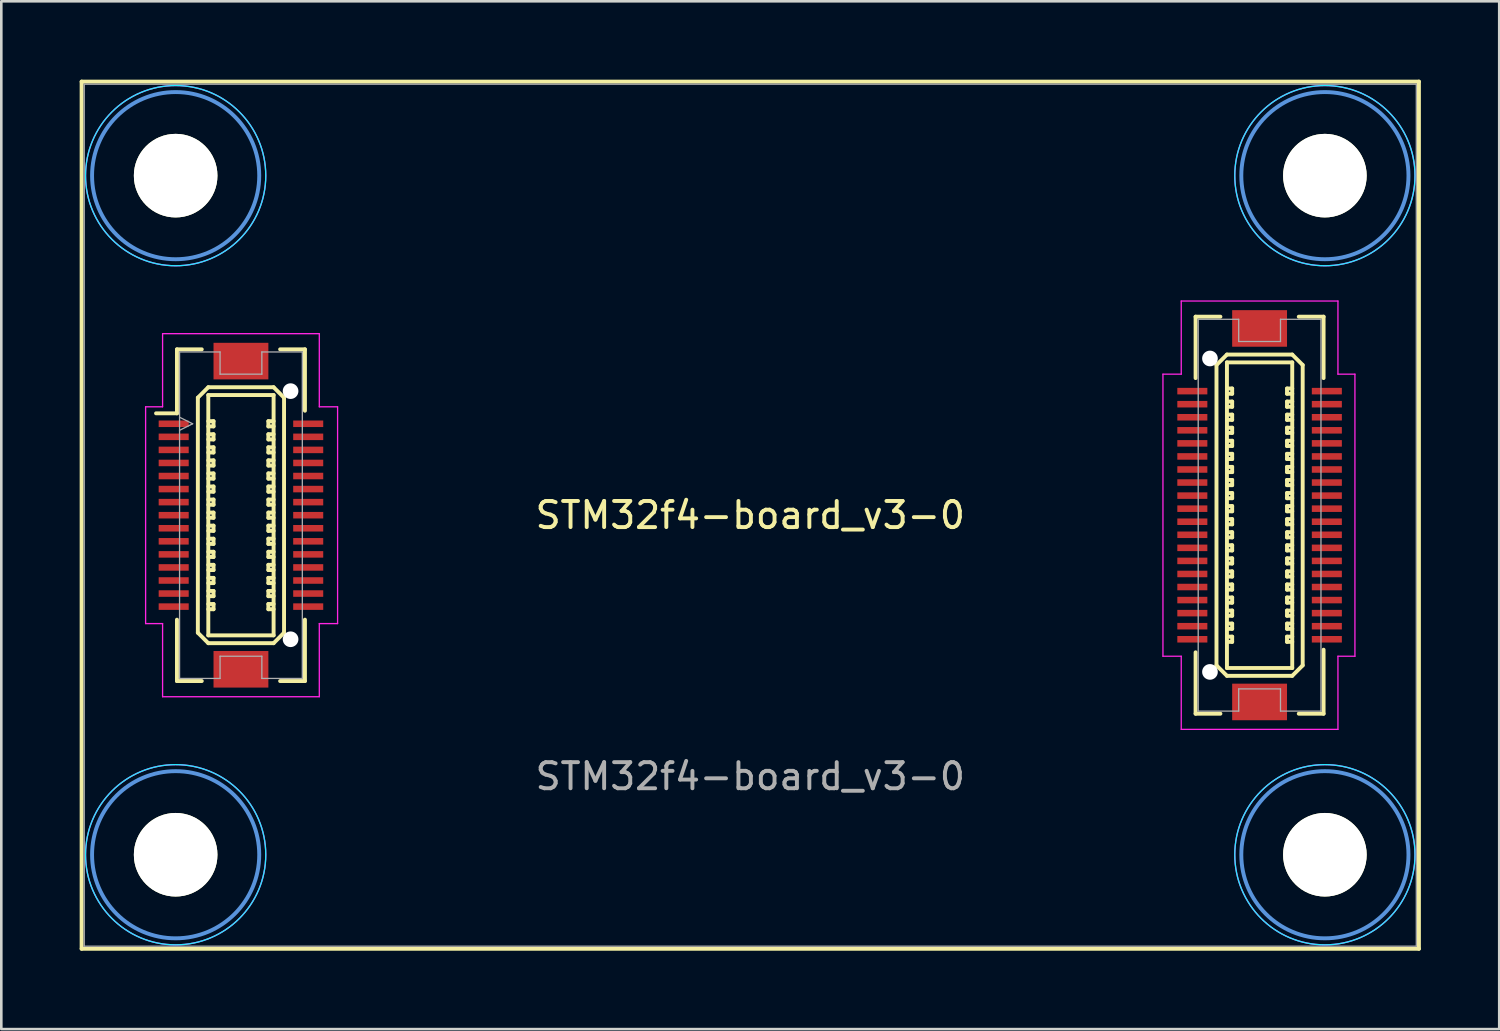
<source format=kicad_pcb>
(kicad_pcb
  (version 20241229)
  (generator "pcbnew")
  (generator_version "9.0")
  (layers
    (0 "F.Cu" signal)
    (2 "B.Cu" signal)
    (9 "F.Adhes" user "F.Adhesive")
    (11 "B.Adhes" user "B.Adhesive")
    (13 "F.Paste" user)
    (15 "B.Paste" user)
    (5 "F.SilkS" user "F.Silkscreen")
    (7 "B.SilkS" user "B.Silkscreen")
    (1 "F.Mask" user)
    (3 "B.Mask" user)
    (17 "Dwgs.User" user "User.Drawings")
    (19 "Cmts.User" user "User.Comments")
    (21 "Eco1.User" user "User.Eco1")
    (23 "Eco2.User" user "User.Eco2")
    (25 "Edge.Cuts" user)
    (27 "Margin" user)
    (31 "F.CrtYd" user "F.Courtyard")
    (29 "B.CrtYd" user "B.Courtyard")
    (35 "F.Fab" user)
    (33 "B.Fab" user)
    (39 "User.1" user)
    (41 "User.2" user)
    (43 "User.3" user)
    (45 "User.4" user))
  (footprint "STM32f4-board_v3-0"
    (layer "F.Cu")
    (at 25.675 16.675)
    (property "Reference" "STM32f4-board_v3-0" (at 0 10 0) (layer "F.Fab") (effects (font (size 1 1) (thickness 0.15))))
    (attr through_hole)
    (fp_line (start -25.6 -16.6) (end 25.6 -16.6) (stroke (width 0.15) (type solid)) (layer "F.SilkS"))
    (fp_line (start -25.6 16.6) (end -25.6 -16.6) (stroke (width 0.15) (type solid)) (layer "F.SilkS"))
    (fp_line (start -21.95 -6.35) (end -21.95 -3.9) (stroke (width 0.15) (type solid)) (layer "F.SilkS"))
    (fp_line (start -21.95 -6.35) (end -21 -6.35) (stroke (width 0.15) (type solid)) (layer "F.SilkS"))
    (fp_line (start -21.95 -3.9) (end -22.75 -3.9) (stroke (width 0.15) (type solid)) (layer "F.SilkS"))
    (fp_line (start -21.95 4) (end -21.95 6.35) (stroke (width 0.15) (type solid)) (layer "F.SilkS"))
    (fp_line (start -21.95 6.35) (end -21 6.35) (stroke (width 0.15) (type solid)) (layer "F.SilkS"))
    (fp_line (start -21.15 -4.5) (end -20.75 -4.9) (stroke (width 0.15) (type solid)) (layer "F.SilkS"))
    (fp_line (start -21.15 4.5) (end -21.15 -4.5) (stroke (width 0.15) (type solid)) (layer "F.SilkS"))
    (fp_line (start -20.75 -4.9) (end -18.25 -4.9) (stroke (width 0.15) (type solid)) (layer "F.SilkS"))
    (fp_line (start -20.75 -4.6) (end -18.25 -4.6) (stroke (width 0.15) (type solid)) (layer "F.SilkS"))
    (fp_line (start -20.75 -3.6) (end -20.55 -3.6) (stroke (width 0.15) (type solid)) (layer "F.SilkS"))
    (fp_line (start -20.75 -3.1) (end -20.55 -3.1) (stroke (width 0.15) (type solid)) (layer "F.SilkS"))
    (fp_line (start -20.75 -2.6) (end -20.55 -2.6) (stroke (width 0.15) (type solid)) (layer "F.SilkS"))
    (fp_line (start -20.75 -2.1) (end -20.55 -2.1) (stroke (width 0.15) (type solid)) (layer "F.SilkS"))
    (fp_line (start -20.75 -1.6) (end -20.55 -1.6) (stroke (width 0.15) (type solid)) (layer "F.SilkS"))
    (fp_line (start -20.75 -1.1) (end -20.55 -1.1) (stroke (width 0.15) (type solid)) (layer "F.SilkS"))
    (fp_line (start -20.75 -0.6) (end -20.55 -0.6) (stroke (width 0.15) (type solid)) (layer "F.SilkS"))
    (fp_line (start -20.75 -0.1) (end -20.55 -0.1) (stroke (width 0.15) (type solid)) (layer "F.SilkS"))
    (fp_line (start -20.75 0.4) (end -20.55 0.4) (stroke (width 0.15) (type solid)) (layer "F.SilkS"))
    (fp_line (start -20.75 0.9) (end -20.55 0.9) (stroke (width 0.15) (type solid)) (layer "F.SilkS"))
    (fp_line (start -20.75 1.4) (end -20.55 1.4) (stroke (width 0.15) (type solid)) (layer "F.SilkS"))
    (fp_line (start -20.75 1.9) (end -20.55 1.9) (stroke (width 0.15) (type solid)) (layer "F.SilkS"))
    (fp_line (start -20.75 2.4) (end -20.55 2.4) (stroke (width 0.15) (type solid)) (layer "F.SilkS"))
    (fp_line (start -20.75 2.9) (end -20.55 2.9) (stroke (width 0.15) (type solid)) (layer "F.SilkS"))
    (fp_line (start -20.75 3.4) (end -20.55 3.4) (stroke (width 0.15) (type solid)) (layer "F.SilkS"))
    (fp_line (start -20.75 4.6) (end -20.75 -4.6) (stroke (width 0.15) (type solid)) (layer "F.SilkS"))
    (fp_line (start -20.75 4.9) (end -21.15 4.5) (stroke (width 0.15) (type solid)) (layer "F.SilkS"))
    (fp_line (start -20.55 -3.6) (end -20.55 -3.4) (stroke (width 0.15) (type solid)) (layer "F.SilkS"))
    (fp_line (start -20.55 -3.4) (end -20.75 -3.4) (stroke (width 0.15) (type solid)) (layer "F.SilkS"))
    (fp_line (start -20.55 -3.1) (end -20.55 -2.9) (stroke (width 0.15) (type solid)) (layer "F.SilkS"))
    (fp_line (start -20.55 -2.9) (end -20.75 -2.9) (stroke (width 0.15) (type solid)) (layer "F.SilkS"))
    (fp_line (start -20.55 -2.6) (end -20.55 -2.4) (stroke (width 0.15) (type solid)) (layer "F.SilkS"))
    (fp_line (start -20.55 -2.4) (end -20.75 -2.4) (stroke (width 0.15) (type solid)) (layer "F.SilkS"))
    (fp_line (start -20.55 -2.1) (end -20.55 -1.9) (stroke (width 0.15) (type solid)) (layer "F.SilkS"))
    (fp_line (start -20.55 -1.9) (end -20.75 -1.9) (stroke (width 0.15) (type solid)) (layer "F.SilkS"))
    (fp_line (start -20.55 -1.6) (end -20.55 -1.4) (stroke (width 0.15) (type solid)) (layer "F.SilkS"))
    (fp_line (start -20.55 -1.4) (end -20.75 -1.4) (stroke (width 0.15) (type solid)) (layer "F.SilkS"))
    (fp_line (start -20.55 -1.1) (end -20.55 -0.9) (stroke (width 0.15) (type solid)) (layer "F.SilkS"))
    (fp_line (start -20.55 -0.9) (end -20.75 -0.9) (stroke (width 0.15) (type solid)) (layer "F.SilkS"))
    (fp_line (start -20.55 -0.6) (end -20.55 -0.4) (stroke (width 0.15) (type solid)) (layer "F.SilkS"))
    (fp_line (start -20.55 -0.4) (end -20.75 -0.4) (stroke (width 0.15) (type solid)) (layer "F.SilkS"))
    (fp_line (start -20.55 -0.1) (end -20.55 0.1) (stroke (width 0.15) (type solid)) (layer "F.SilkS"))
    (fp_line (start -20.55 0.1) (end -20.75 0.1) (stroke (width 0.15) (type solid)) (layer "F.SilkS"))
    (fp_line (start -20.55 0.4) (end -20.55 0.6) (stroke (width 0.15) (type solid)) (layer "F.SilkS"))
    (fp_line (start -20.55 0.6) (end -20.75 0.6) (stroke (width 0.15) (type solid)) (layer "F.SilkS"))
    (fp_line (start -20.55 0.9) (end -20.55 1.1) (stroke (width 0.15) (type solid)) (layer "F.SilkS"))
    (fp_line (start -20.55 1.1) (end -20.75 1.1) (stroke (width 0.15) (type solid)) (layer "F.SilkS"))
    (fp_line (start -20.55 1.4) (end -20.55 1.6) (stroke (width 0.15) (type solid)) (layer "F.SilkS"))
    (fp_line (start -20.55 1.6) (end -20.75 1.6) (stroke (width 0.15) (type solid)) (layer "F.SilkS"))
    (fp_line (start -20.55 1.9) (end -20.55 2.1) (stroke (width 0.15) (type solid)) (layer "F.SilkS"))
    (fp_line (start -20.55 2.1) (end -20.75 2.1) (stroke (width 0.15) (type solid)) (layer "F.SilkS"))
    (fp_line (start -20.55 2.4) (end -20.55 2.6) (stroke (width 0.15) (type solid)) (layer "F.SilkS"))
    (fp_line (start -20.55 2.6) (end -20.75 2.6) (stroke (width 0.15) (type solid)) (layer "F.SilkS"))
    (fp_line (start -20.55 2.9) (end -20.55 3.1) (stroke (width 0.15) (type solid)) (layer "F.SilkS"))
    (fp_line (start -20.55 3.1) (end -20.75 3.1) (stroke (width 0.15) (type solid)) (layer "F.SilkS"))
    (fp_line (start -20.55 3.4) (end -20.55 3.6) (stroke (width 0.15) (type solid)) (layer "F.SilkS"))
    (fp_line (start -20.55 3.6) (end -20.75 3.6) (stroke (width 0.15) (type solid)) (layer "F.SilkS"))
    (fp_line (start -18.45 -3.6) (end -18.25 -3.6) (stroke (width 0.15) (type solid)) (layer "F.SilkS"))
    (fp_line (start -18.45 -3.4) (end -18.45 -3.6) (stroke (width 0.15) (type solid)) (layer "F.SilkS"))
    (fp_line (start -18.45 -3.1) (end -18.25 -3.1) (stroke (width 0.15) (type solid)) (layer "F.SilkS"))
    (fp_line (start -18.45 -2.9) (end -18.45 -3.1) (stroke (width 0.15) (type solid)) (layer "F.SilkS"))
    (fp_line (start -18.45 -2.6) (end -18.25 -2.6) (stroke (width 0.15) (type solid)) (layer "F.SilkS"))
    (fp_line (start -18.45 -2.4) (end -18.45 -2.6) (stroke (width 0.15) (type solid)) (layer "F.SilkS"))
    (fp_line (start -18.45 -2.1) (end -18.25 -2.1) (stroke (width 0.15) (type solid)) (layer "F.SilkS"))
    (fp_line (start -18.45 -1.9) (end -18.45 -2.1) (stroke (width 0.15) (type solid)) (layer "F.SilkS"))
    (fp_line (start -18.45 -1.6) (end -18.25 -1.6) (stroke (width 0.15) (type solid)) (layer "F.SilkS"))
    (fp_line (start -18.45 -1.4) (end -18.45 -1.6) (stroke (width 0.15) (type solid)) (layer "F.SilkS"))
    (fp_line (start -18.45 -1.1) (end -18.25 -1.1) (stroke (width 0.15) (type solid)) (layer "F.SilkS"))
    (fp_line (start -18.45 -0.9) (end -18.45 -1.1) (stroke (width 0.15) (type solid)) (layer "F.SilkS"))
    (fp_line (start -18.45 -0.6) (end -18.25 -0.6) (stroke (width 0.15) (type solid)) (layer "F.SilkS"))
    (fp_line (start -18.45 -0.4) (end -18.45 -0.6) (stroke (width 0.15) (type solid)) (layer "F.SilkS"))
    (fp_line (start -18.45 -0.1) (end -18.25 -0.1) (stroke (width 0.15) (type solid)) (layer "F.SilkS"))
    (fp_line (start -18.45 0.1) (end -18.45 -0.1) (stroke (width 0.15) (type solid)) (layer "F.SilkS"))
    (fp_line (start -18.45 0.4) (end -18.25 0.4) (stroke (width 0.15) (type solid)) (layer "F.SilkS"))
    (fp_line (start -18.45 0.6) (end -18.45 0.4) (stroke (width 0.15) (type solid)) (layer "F.SilkS"))
    (fp_line (start -18.45 0.9) (end -18.25 0.9) (stroke (width 0.15) (type solid)) (layer "F.SilkS"))
    (fp_line (start -18.45 1.1) (end -18.45 0.9) (stroke (width 0.15) (type solid)) (layer "F.SilkS"))
    (fp_line (start -18.45 1.4) (end -18.25 1.4) (stroke (width 0.15) (type solid)) (layer "F.SilkS"))
    (fp_line (start -18.45 1.6) (end -18.45 1.4) (stroke (width 0.15) (type solid)) (layer "F.SilkS"))
    (fp_line (start -18.45 1.9) (end -18.25 1.9) (stroke (width 0.15) (type solid)) (layer "F.SilkS"))
    (fp_line (start -18.45 2.1) (end -18.45 1.9) (stroke (width 0.15) (type solid)) (layer "F.SilkS"))
    (fp_line (start -18.45 2.4) (end -18.25 2.4) (stroke (width 0.15) (type solid)) (layer "F.SilkS"))
    (fp_line (start -18.45 2.6) (end -18.45 2.4) (stroke (width 0.15) (type solid)) (layer "F.SilkS"))
    (fp_line (start -18.45 2.9) (end -18.25 2.9) (stroke (width 0.15) (type solid)) (layer "F.SilkS"))
    (fp_line (start -18.45 3.1) (end -18.45 2.9) (stroke (width 0.15) (type solid)) (layer "F.SilkS"))
    (fp_line (start -18.45 3.4) (end -18.25 3.4) (stroke (width 0.15) (type solid)) (layer "F.SilkS"))
    (fp_line (start -18.45 3.6) (end -18.45 3.4) (stroke (width 0.15) (type solid)) (layer "F.SilkS"))
    (fp_line (start -18.25 -4.9) (end -17.85 -4.5) (stroke (width 0.15) (type solid)) (layer "F.SilkS"))
    (fp_line (start -18.25 -4.6) (end -18.25 4.6) (stroke (width 0.15) (type solid)) (layer "F.SilkS"))
    (fp_line (start -18.25 -3.4) (end -18.45 -3.4) (stroke (width 0.15) (type solid)) (layer "F.SilkS"))
    (fp_line (start -18.25 -2.9) (end -18.45 -2.9) (stroke (width 0.15) (type solid)) (layer "F.SilkS"))
    (fp_line (start -18.25 -2.4) (end -18.45 -2.4) (stroke (width 0.15) (type solid)) (layer "F.SilkS"))
    (fp_line (start -18.25 -1.9) (end -18.45 -1.9) (stroke (width 0.15) (type solid)) (layer "F.SilkS"))
    (fp_line (start -18.25 -1.4) (end -18.45 -1.4) (stroke (width 0.15) (type solid)) (layer "F.SilkS"))
    (fp_line (start -18.25 -0.9) (end -18.45 -0.9) (stroke (width 0.15) (type solid)) (layer "F.SilkS"))
    (fp_line (start -18.25 -0.4) (end -18.45 -0.4) (stroke (width 0.15) (type solid)) (layer "F.SilkS"))
    (fp_line (start -18.25 0.1) (end -18.45 0.1) (stroke (width 0.15) (type solid)) (layer "F.SilkS"))
    (fp_line (start -18.25 0.6) (end -18.45 0.6) (stroke (width 0.15) (type solid)) (layer "F.SilkS"))
    (fp_line (start -18.25 1.1) (end -18.45 1.1) (stroke (width 0.15) (type solid)) (layer "F.SilkS"))
    (fp_line (start -18.25 1.6) (end -18.45 1.6) (stroke (width 0.15) (type solid)) (layer "F.SilkS"))
    (fp_line (start -18.25 2.1) (end -18.45 2.1) (stroke (width 0.15) (type solid)) (layer "F.SilkS"))
    (fp_line (start -18.25 2.6) (end -18.45 2.6) (stroke (width 0.15) (type solid)) (layer "F.SilkS"))
    (fp_line (start -18.25 3.1) (end -18.45 3.1) (stroke (width 0.15) (type solid)) (layer "F.SilkS"))
    (fp_line (start -18.25 3.6) (end -18.45 3.6) (stroke (width 0.15) (type solid)) (layer "F.SilkS"))
    (fp_line (start -18.25 4.6) (end -20.75 4.6) (stroke (width 0.15) (type solid)) (layer "F.SilkS"))
    (fp_line (start -18.25 4.9) (end -20.75 4.9) (stroke (width 0.15) (type solid)) (layer "F.SilkS"))
    (fp_line (start -18.25 4.9) (end -17.85 4.5) (stroke (width 0.15) (type solid)) (layer "F.SilkS"))
    (fp_line (start -18 -6.35) (end -17.05 -6.35) (stroke (width 0.15) (type solid)) (layer "F.SilkS"))
    (fp_line (start -17.85 -4.5) (end -17.85 4.5) (stroke (width 0.15) (type solid)) (layer "F.SilkS"))
    (fp_line (start -17.05 -6.35) (end -17.05 -4) (stroke (width 0.15) (type solid)) (layer "F.SilkS"))
    (fp_line (start -17.05 4) (end -17.05 6.35) (stroke (width 0.15) (type solid)) (layer "F.SilkS"))
    (fp_line (start -17.05 6.35) (end -18 6.35) (stroke (width 0.15) (type solid)) (layer "F.SilkS"))
    (fp_line (start 17.05 -7.6) (end 18 -7.6) (stroke (width 0.15) (type solid)) (layer "F.SilkS"))
    (fp_line (start 17.05 -5.25) (end 17.05 -7.6) (stroke (width 0.15) (type solid)) (layer "F.SilkS"))
    (fp_line (start 17.05 7.6) (end 17.05 5.25) (stroke (width 0.15) (type solid)) (layer "F.SilkS"))
    (fp_line (start 17.85 5.75) (end 17.85 -5.75) (stroke (width 0.15) (type solid)) (layer "F.SilkS"))
    (fp_line (start 18 7.6) (end 17.05 7.6) (stroke (width 0.15) (type solid)) (layer "F.SilkS"))
    (fp_line (start 18.25 -6.15) (end 17.85 -5.75) (stroke (width 0.15) (type solid)) (layer "F.SilkS"))
    (fp_line (start 18.25 -6.15) (end 20.75 -6.15) (stroke (width 0.15) (type solid)) (layer "F.SilkS"))
    (fp_line (start 18.25 -5.85) (end 20.75 -5.85) (stroke (width 0.15) (type solid)) (layer "F.SilkS"))
    (fp_line (start 18.25 -4.85) (end 18.45 -4.85) (stroke (width 0.15) (type solid)) (layer "F.SilkS"))
    (fp_line (start 18.25 -4.35) (end 18.45 -4.35) (stroke (width 0.15) (type solid)) (layer "F.SilkS"))
    (fp_line (start 18.25 -3.85) (end 18.45 -3.85) (stroke (width 0.15) (type solid)) (layer "F.SilkS"))
    (fp_line (start 18.25 -3.35) (end 18.45 -3.35) (stroke (width 0.15) (type solid)) (layer "F.SilkS"))
    (fp_line (start 18.25 -2.85) (end 18.45 -2.85) (stroke (width 0.15) (type solid)) (layer "F.SilkS"))
    (fp_line (start 18.25 -2.35) (end 18.45 -2.35) (stroke (width 0.15) (type solid)) (layer "F.SilkS"))
    (fp_line (start 18.25 -1.85) (end 18.45 -1.85) (stroke (width 0.15) (type solid)) (layer "F.SilkS"))
    (fp_line (start 18.25 -1.35) (end 18.45 -1.35) (stroke (width 0.15) (type solid)) (layer "F.SilkS"))
    (fp_line (start 18.25 -0.85) (end 18.45 -0.85) (stroke (width 0.15) (type solid)) (layer "F.SilkS"))
    (fp_line (start 18.25 -0.35) (end 18.45 -0.35) (stroke (width 0.15) (type solid)) (layer "F.SilkS"))
    (fp_line (start 18.25 0.15) (end 18.45 0.15) (stroke (width 0.15) (type solid)) (layer "F.SilkS"))
    (fp_line (start 18.25 0.65) (end 18.45 0.65) (stroke (width 0.15) (type solid)) (layer "F.SilkS"))
    (fp_line (start 18.25 1.15) (end 18.45 1.15) (stroke (width 0.15) (type solid)) (layer "F.SilkS"))
    (fp_line (start 18.25 1.65) (end 18.45 1.65) (stroke (width 0.15) (type solid)) (layer "F.SilkS"))
    (fp_line (start 18.25 2.15) (end 18.45 2.15) (stroke (width 0.15) (type solid)) (layer "F.SilkS"))
    (fp_line (start 18.25 2.65) (end 18.45 2.65) (stroke (width 0.15) (type solid)) (layer "F.SilkS"))
    (fp_line (start 18.25 3.15) (end 18.45 3.15) (stroke (width 0.15) (type solid)) (layer "F.SilkS"))
    (fp_line (start 18.25 3.65) (end 18.45 3.65) (stroke (width 0.15) (type solid)) (layer "F.SilkS"))
    (fp_line (start 18.25 4.15) (end 18.45 4.15) (stroke (width 0.15) (type solid)) (layer "F.SilkS"))
    (fp_line (start 18.25 4.65) (end 18.45 4.65) (stroke (width 0.15) (type solid)) (layer "F.SilkS"))
    (fp_line (start 18.25 5.85) (end 18.25 -5.85) (stroke (width 0.15) (type solid)) (layer "F.SilkS"))
    (fp_line (start 18.25 6.15) (end 17.85 5.75) (stroke (width 0.15) (type solid)) (layer "F.SilkS"))
    (fp_line (start 18.45 -4.85) (end 18.45 -4.65) (stroke (width 0.15) (type solid)) (layer "F.SilkS"))
    (fp_line (start 18.45 -4.65) (end 18.25 -4.65) (stroke (width 0.15) (type solid)) (layer "F.SilkS"))
    (fp_line (start 18.45 -4.35) (end 18.45 -4.15) (stroke (width 0.15) (type solid)) (layer "F.SilkS"))
    (fp_line (start 18.45 -4.15) (end 18.25 -4.15) (stroke (width 0.15) (type solid)) (layer "F.SilkS"))
    (fp_line (start 18.45 -3.85) (end 18.45 -3.65) (stroke (width 0.15) (type solid)) (layer "F.SilkS"))
    (fp_line (start 18.45 -3.65) (end 18.25 -3.65) (stroke (width 0.15) (type solid)) (layer "F.SilkS"))
    (fp_line (start 18.45 -3.35) (end 18.45 -3.15) (stroke (width 0.15) (type solid)) (layer "F.SilkS"))
    (fp_line (start 18.45 -3.15) (end 18.25 -3.15) (stroke (width 0.15) (type solid)) (layer "F.SilkS"))
    (fp_line (start 18.45 -2.85) (end 18.45 -2.65) (stroke (width 0.15) (type solid)) (layer "F.SilkS"))
    (fp_line (start 18.45 -2.65) (end 18.25 -2.65) (stroke (width 0.15) (type solid)) (layer "F.SilkS"))
    (fp_line (start 18.45 -2.35) (end 18.45 -2.15) (stroke (width 0.15) (type solid)) (layer "F.SilkS"))
    (fp_line (start 18.45 -2.15) (end 18.25 -2.15) (stroke (width 0.15) (type solid)) (layer "F.SilkS"))
    (fp_line (start 18.45 -1.85) (end 18.45 -1.65) (stroke (width 0.15) (type solid)) (layer "F.SilkS"))
    (fp_line (start 18.45 -1.65) (end 18.25 -1.65) (stroke (width 0.15) (type solid)) (layer "F.SilkS"))
    (fp_line (start 18.45 -1.35) (end 18.45 -1.15) (stroke (width 0.15) (type solid)) (layer "F.SilkS"))
    (fp_line (start 18.45 -1.15) (end 18.25 -1.15) (stroke (width 0.15) (type solid)) (layer "F.SilkS"))
    (fp_line (start 18.45 -0.85) (end 18.45 -0.65) (stroke (width 0.15) (type solid)) (layer "F.SilkS"))
    (fp_line (start 18.45 -0.65) (end 18.25 -0.65) (stroke (width 0.15) (type solid)) (layer "F.SilkS"))
    (fp_line (start 18.45 -0.35) (end 18.45 -0.15) (stroke (width 0.15) (type solid)) (layer "F.SilkS"))
    (fp_line (start 18.45 -0.15) (end 18.25 -0.15) (stroke (width 0.15) (type solid)) (layer "F.SilkS"))
    (fp_line (start 18.45 0.15) (end 18.45 0.35) (stroke (width 0.15) (type solid)) (layer "F.SilkS"))
    (fp_line (start 18.45 0.35) (end 18.25 0.35) (stroke (width 0.15) (type solid)) (layer "F.SilkS"))
    (fp_line (start 18.45 0.65) (end 18.45 0.85) (stroke (width 0.15) (type solid)) (layer "F.SilkS"))
    (fp_line (start 18.45 0.85) (end 18.25 0.85) (stroke (width 0.15) (type solid)) (layer "F.SilkS"))
    (fp_line (start 18.45 1.15) (end 18.45 1.35) (stroke (width 0.15) (type solid)) (layer "F.SilkS"))
    (fp_line (start 18.45 1.35) (end 18.25 1.35) (stroke (width 0.15) (type solid)) (layer "F.SilkS"))
    (fp_line (start 18.45 1.65) (end 18.45 1.85) (stroke (width 0.15) (type solid)) (layer "F.SilkS"))
    (fp_line (start 18.45 1.85) (end 18.25 1.85) (stroke (width 0.15) (type solid)) (layer "F.SilkS"))
    (fp_line (start 18.45 2.15) (end 18.45 2.35) (stroke (width 0.15) (type solid)) (layer "F.SilkS"))
    (fp_line (start 18.45 2.35) (end 18.25 2.35) (stroke (width 0.15) (type solid)) (layer "F.SilkS"))
    (fp_line (start 18.45 2.65) (end 18.45 2.85) (stroke (width 0.15) (type solid)) (layer "F.SilkS"))
    (fp_line (start 18.45 2.85) (end 18.25 2.85) (stroke (width 0.15) (type solid)) (layer "F.SilkS"))
    (fp_line (start 18.45 3.15) (end 18.45 3.35) (stroke (width 0.15) (type solid)) (layer "F.SilkS"))
    (fp_line (start 18.45 3.35) (end 18.25 3.35) (stroke (width 0.15) (type solid)) (layer "F.SilkS"))
    (fp_line (start 18.45 3.65) (end 18.45 3.85) (stroke (width 0.15) (type solid)) (layer "F.SilkS"))
    (fp_line (start 18.45 3.85) (end 18.25 3.85) (stroke (width 0.15) (type solid)) (layer "F.SilkS"))
    (fp_line (start 18.45 4.15) (end 18.45 4.35) (stroke (width 0.15) (type solid)) (layer "F.SilkS"))
    (fp_line (start 18.45 4.35) (end 18.25 4.35) (stroke (width 0.15) (type solid)) (layer "F.SilkS"))
    (fp_line (start 18.45 4.65) (end 18.45 4.85) (stroke (width 0.15) (type solid)) (layer "F.SilkS"))
    (fp_line (start 18.45 4.85) (end 18.25 4.85) (stroke (width 0.15) (type solid)) (layer "F.SilkS"))
    (fp_line (start 20.55 -4.85) (end 20.75 -4.85) (stroke (width 0.15) (type solid)) (layer "F.SilkS"))
    (fp_line (start 20.55 -4.65) (end 20.55 -4.85) (stroke (width 0.15) (type solid)) (layer "F.SilkS"))
    (fp_line (start 20.55 -4.35) (end 20.75 -4.35) (stroke (width 0.15) (type solid)) (layer "F.SilkS"))
    (fp_line (start 20.55 -4.15) (end 20.55 -4.35) (stroke (width 0.15) (type solid)) (layer "F.SilkS"))
    (fp_line (start 20.55 -3.85) (end 20.75 -3.85) (stroke (width 0.15) (type solid)) (layer "F.SilkS"))
    (fp_line (start 20.55 -3.65) (end 20.55 -3.85) (stroke (width 0.15) (type solid)) (layer "F.SilkS"))
    (fp_line (start 20.55 -3.35) (end 20.75 -3.35) (stroke (width 0.15) (type solid)) (layer "F.SilkS"))
    (fp_line (start 20.55 -3.15) (end 20.55 -3.35) (stroke (width 0.15) (type solid)) (layer "F.SilkS"))
    (fp_line (start 20.55 -2.85) (end 20.75 -2.85) (stroke (width 0.15) (type solid)) (layer "F.SilkS"))
    (fp_line (start 20.55 -2.65) (end 20.55 -2.85) (stroke (width 0.15) (type solid)) (layer "F.SilkS"))
    (fp_line (start 20.55 -2.35) (end 20.75 -2.35) (stroke (width 0.15) (type solid)) (layer "F.SilkS"))
    (fp_line (start 20.55 -2.15) (end 20.55 -2.35) (stroke (width 0.15) (type solid)) (layer "F.SilkS"))
    (fp_line (start 20.55 -1.85) (end 20.75 -1.85) (stroke (width 0.15) (type solid)) (layer "F.SilkS"))
    (fp_line (start 20.55 -1.65) (end 20.55 -1.85) (stroke (width 0.15) (type solid)) (layer "F.SilkS"))
    (fp_line (start 20.55 -1.35) (end 20.75 -1.35) (stroke (width 0.15) (type solid)) (layer "F.SilkS"))
    (fp_line (start 20.55 -1.15) (end 20.55 -1.35) (stroke (width 0.15) (type solid)) (layer "F.SilkS"))
    (fp_line (start 20.55 -0.85) (end 20.75 -0.85) (stroke (width 0.15) (type solid)) (layer "F.SilkS"))
    (fp_line (start 20.55 -0.65) (end 20.55 -0.85) (stroke (width 0.15) (type solid)) (layer "F.SilkS"))
    (fp_line (start 20.55 -0.35) (end 20.75 -0.35) (stroke (width 0.15) (type solid)) (layer "F.SilkS"))
    (fp_line (start 20.55 -0.15) (end 20.55 -0.35) (stroke (width 0.15) (type solid)) (layer "F.SilkS"))
    (fp_line (start 20.55 0.15) (end 20.75 0.15) (stroke (width 0.15) (type solid)) (layer "F.SilkS"))
    (fp_line (start 20.55 0.35) (end 20.55 0.15) (stroke (width 0.15) (type solid)) (layer "F.SilkS"))
    (fp_line (start 20.55 0.65) (end 20.75 0.65) (stroke (width 0.15) (type solid)) (layer "F.SilkS"))
    (fp_line (start 20.55 0.85) (end 20.55 0.65) (stroke (width 0.15) (type solid)) (layer "F.SilkS"))
    (fp_line (start 20.55 1.15) (end 20.75 1.15) (stroke (width 0.15) (type solid)) (layer "F.SilkS"))
    (fp_line (start 20.55 1.35) (end 20.55 1.15) (stroke (width 0.15) (type solid)) (layer "F.SilkS"))
    (fp_line (start 20.55 1.65) (end 20.75 1.65) (stroke (width 0.15) (type solid)) (layer "F.SilkS"))
    (fp_line (start 20.55 1.85) (end 20.55 1.65) (stroke (width 0.15) (type solid)) (layer "F.SilkS"))
    (fp_line (start 20.55 2.15) (end 20.75 2.15) (stroke (width 0.15) (type solid)) (layer "F.SilkS"))
    (fp_line (start 20.55 2.35) (end 20.55 2.15) (stroke (width 0.15) (type solid)) (layer "F.SilkS"))
    (fp_line (start 20.55 2.65) (end 20.75 2.65) (stroke (width 0.15) (type solid)) (layer "F.SilkS"))
    (fp_line (start 20.55 2.85) (end 20.55 2.65) (stroke (width 0.15) (type solid)) (layer "F.SilkS"))
    (fp_line (start 20.55 3.15) (end 20.75 3.15) (stroke (width 0.15) (type solid)) (layer "F.SilkS"))
    (fp_line (start 20.55 3.35) (end 20.55 3.15) (stroke (width 0.15) (type solid)) (layer "F.SilkS"))
    (fp_line (start 20.55 3.65) (end 20.75 3.65) (stroke (width 0.15) (type solid)) (layer "F.SilkS"))
    (fp_line (start 20.55 3.85) (end 20.55 3.65) (stroke (width 0.15) (type solid)) (layer "F.SilkS"))
    (fp_line (start 20.55 4.15) (end 20.75 4.15) (stroke (width 0.15) (type solid)) (layer "F.SilkS"))
    (fp_line (start 20.55 4.35) (end 20.55 4.15) (stroke (width 0.15) (type solid)) (layer "F.SilkS"))
    (fp_line (start 20.55 4.65) (end 20.75 4.65) (stroke (width 0.15) (type solid)) (layer "F.SilkS"))
    (fp_line (start 20.55 4.85) (end 20.55 4.65) (stroke (width 0.15) (type solid)) (layer "F.SilkS"))
    (fp_line (start 20.75 -6.15) (end 21.15 -5.75) (stroke (width 0.15) (type solid)) (layer "F.SilkS"))
    (fp_line (start 20.75 -5.85) (end 20.75 5.85) (stroke (width 0.15) (type solid)) (layer "F.SilkS"))
    (fp_line (start 20.75 -4.65) (end 20.55 -4.65) (stroke (width 0.15) (type solid)) (layer "F.SilkS"))
    (fp_line (start 20.75 -4.15) (end 20.55 -4.15) (stroke (width 0.15) (type solid)) (layer "F.SilkS"))
    (fp_line (start 20.75 -3.65) (end 20.55 -3.65) (stroke (width 0.15) (type solid)) (layer "F.SilkS"))
    (fp_line (start 20.75 -3.15) (end 20.55 -3.15) (stroke (width 0.15) (type solid)) (layer "F.SilkS"))
    (fp_line (start 20.75 -2.65) (end 20.55 -2.65) (stroke (width 0.15) (type solid)) (layer "F.SilkS"))
    (fp_line (start 20.75 -2.15) (end 20.55 -2.15) (stroke (width 0.15) (type solid)) (layer "F.SilkS"))
    (fp_line (start 20.75 -1.65) (end 20.55 -1.65) (stroke (width 0.15) (type solid)) (layer "F.SilkS"))
    (fp_line (start 20.75 -1.15) (end 20.55 -1.15) (stroke (width 0.15) (type solid)) (layer "F.SilkS"))
    (fp_line (start 20.75 -0.65) (end 20.55 -0.65) (stroke (width 0.15) (type solid)) (layer "F.SilkS"))
    (fp_line (start 20.75 -0.15) (end 20.55 -0.15) (stroke (width 0.15) (type solid)) (layer "F.SilkS"))
    (fp_line (start 20.75 0.35) (end 20.55 0.35) (stroke (width 0.15) (type solid)) (layer "F.SilkS"))
    (fp_line (start 20.75 0.85) (end 20.55 0.85) (stroke (width 0.15) (type solid)) (layer "F.SilkS"))
    (fp_line (start 20.75 1.35) (end 20.55 1.35) (stroke (width 0.15) (type solid)) (layer "F.SilkS"))
    (fp_line (start 20.75 1.85) (end 20.55 1.85) (stroke (width 0.15) (type solid)) (layer "F.SilkS"))
    (fp_line (start 20.75 2.35) (end 20.55 2.35) (stroke (width 0.15) (type solid)) (layer "F.SilkS"))
    (fp_line (start 20.75 2.85) (end 20.55 2.85) (stroke (width 0.15) (type solid)) (layer "F.SilkS"))
    (fp_line (start 20.75 3.35) (end 20.55 3.35) (stroke (width 0.15) (type solid)) (layer "F.SilkS"))
    (fp_line (start 20.75 3.85) (end 20.55 3.85) (stroke (width 0.15) (type solid)) (layer "F.SilkS"))
    (fp_line (start 20.75 4.35) (end 20.55 4.35) (stroke (width 0.15) (type solid)) (layer "F.SilkS"))
    (fp_line (start 20.75 4.85) (end 20.55 4.85) (stroke (width 0.15) (type solid)) (layer "F.SilkS"))
    (fp_line (start 20.75 5.85) (end 18.25 5.85) (stroke (width 0.15) (type solid)) (layer "F.SilkS"))
    (fp_line (start 20.75 6.15) (end 18.25 6.15) (stroke (width 0.15) (type solid)) (layer "F.SilkS"))
    (fp_line (start 21.15 -5.75) (end 21.15 5.75) (stroke (width 0.15) (type solid)) (layer "F.SilkS"))
    (fp_line (start 21.15 5.75) (end 20.75 6.15) (stroke (width 0.15) (type solid)) (layer "F.SilkS"))
    (fp_line (start 21.95 -7.6) (end 21 -7.6) (stroke (width 0.15) (type solid)) (layer "F.SilkS"))
    (fp_line (start 21.95 -5.25) (end 21.95 -7.6) (stroke (width 0.15) (type solid)) (layer "F.SilkS"))
    (fp_line (start 21.95 7.6) (end 21 7.6) (stroke (width 0.15) (type solid)) (layer "F.SilkS"))
    (fp_line (start 21.95 7.6) (end 21.95 5.15) (stroke (width 0.15) (type solid)) (layer "F.SilkS"))
    (fp_line (start 25.6 -16.6) (end 25.6 16.6) (stroke (width 0.15) (type solid)) (layer "F.SilkS"))
    (fp_line (start 25.6 16.6) (end -25.6 16.6) (stroke (width 0.15) (type solid)) (layer "F.SilkS"))
    (fp_circle (center -22 -13) (end -18.8 -13) (stroke (width 0.15) (type solid)) (fill no) (layer "Cmts.User"))
    (fp_circle (center -22 13) (end -18.8 13) (stroke (width 0.15) (type solid)) (fill no) (layer "Cmts.User"))
    (fp_circle (center 22 -13) (end 25.2 -13) (stroke (width 0.15) (type solid)) (fill no) (layer "Cmts.User"))
    (fp_circle (center 22 13) (end 25.2 13) (stroke (width 0.15) (type solid)) (fill no) (layer "Cmts.User"))
    (fp_circle (center -22 -13) (end -18.55 -13) (stroke (width 0.05) (type solid)) (fill no) (layer "B.CrtYd"))
    (fp_circle (center -22 13) (end -18.55 13) (stroke (width 0.05) (type solid)) (fill no) (layer "B.CrtYd"))
    (fp_circle (center 22 -13) (end 25.45 -13) (stroke (width 0.05) (type solid)) (fill no) (layer "B.CrtYd"))
    (fp_circle (center 22 13) (end 25.45 13) (stroke (width 0.05) (type solid)) (fill no) (layer "B.CrtYd"))
    (fp_line (start -23.15 -4.15) (end -23.15 4.15) (stroke (width 0.05) (type solid)) (layer "F.CrtYd"))
    (fp_line (start -22.5 -6.95) (end -22.5 -4.15) (stroke (width 0.05) (type solid)) (layer "F.CrtYd"))
    (fp_line (start -22.5 -4.15) (end -23.15 -4.15) (stroke (width 0.05) (type solid)) (layer "F.CrtYd"))
    (fp_line (start -22.5 4.15) (end -23.15 4.15) (stroke (width 0.05) (type solid)) (layer "F.CrtYd"))
    (fp_line (start -22.5 6.95) (end -22.5 4.15) (stroke (width 0.05) (type solid)) (layer "F.CrtYd"))
    (fp_line (start -22.5 6.95) (end -16.5 6.95) (stroke (width 0.05) (type solid)) (layer "F.CrtYd"))
    (fp_line (start -16.5 -6.95) (end -22.5 -6.95) (stroke (width 0.05) (type solid)) (layer "F.CrtYd"))
    (fp_line (start -16.5 -4.15) (end -16.5 -6.95) (stroke (width 0.05) (type solid)) (layer "F.CrtYd"))
    (fp_line (start -16.5 4.15) (end -15.8 4.15) (stroke (width 0.05) (type solid)) (layer "F.CrtYd"))
    (fp_line (start -16.5 6.95) (end -16.5 4.15) (stroke (width 0.05) (type solid)) (layer "F.CrtYd"))
    (fp_line (start -15.8 -4.15) (end -16.5 -4.15) (stroke (width 0.05) (type solid)) (layer "F.CrtYd"))
    (fp_line (start -15.8 4.15) (end -15.8 -4.15) (stroke (width 0.05) (type solid)) (layer "F.CrtYd"))
    (fp_line (start 15.8 -5.4) (end 15.8 5.4) (stroke (width 0.05) (type solid)) (layer "F.CrtYd"))
    (fp_line (start 15.8 5.4) (end 16.5 5.4) (stroke (width 0.05) (type solid)) (layer "F.CrtYd"))
    (fp_line (start 16.5 -8.2) (end 16.5 -5.4) (stroke (width 0.05) (type solid)) (layer "F.CrtYd"))
    (fp_line (start 16.5 -5.4) (end 15.8 -5.4) (stroke (width 0.05) (type solid)) (layer "F.CrtYd"))
    (fp_line (start 16.5 5.4) (end 16.5 8.2) (stroke (width 0.05) (type solid)) (layer "F.CrtYd"))
    (fp_line (start 16.5 8.2) (end 22.5 8.2) (stroke (width 0.05) (type solid)) (layer "F.CrtYd"))
    (fp_line (start 22.5 -8.2) (end 16.5 -8.2) (stroke (width 0.05) (type solid)) (layer "F.CrtYd"))
    (fp_line (start 22.5 -8.2) (end 22.5 -5.4) (stroke (width 0.05) (type solid)) (layer "F.CrtYd"))
    (fp_line (start 22.5 -5.4) (end 23.15 -5.4) (stroke (width 0.05) (type solid)) (layer "F.CrtYd"))
    (fp_line (start 22.5 5.4) (end 23.15 5.4) (stroke (width 0.05) (type solid)) (layer "F.CrtYd"))
    (fp_line (start 22.5 8.2) (end 22.5 5.4) (stroke (width 0.05) (type solid)) (layer "F.CrtYd"))
    (fp_line (start 23.15 5.4) (end 23.15 -5.4) (stroke (width 0.05) (type solid)) (layer "F.CrtYd"))
    (fp_circle (center -22 -13) (end -18.55 -13) (stroke (width 0.05) (type solid)) (fill no) (layer "F.CrtYd"))
    (fp_circle (center -22 13) (end -18.55 13) (stroke (width 0.05) (type solid)) (fill no) (layer "F.CrtYd"))
    (fp_circle (center 22 -13) (end 25.45 -13) (stroke (width 0.05) (type solid)) (fill no) (layer "F.CrtYd"))
    (fp_circle (center 22 13) (end 25.45 13) (stroke (width 0.05) (type solid)) (fill no) (layer "F.CrtYd"))
    (fp_line (start -25.5 -16.5) (end 25.5 -16.5) (stroke (width 0.05) (type solid)) (layer "F.Fab"))
    (fp_line (start -25.5 16.5) (end -25.5 -16.5) (stroke (width 0.05) (type solid)) (layer "F.Fab"))
    (fp_line (start -21.85 -6.25) (end -21.85 6.25) (stroke (width 0.05) (type solid)) (layer "F.Fab"))
    (fp_line (start -21.85 -6.25) (end -20.3 -6.25) (stroke (width 0.05) (type solid)) (layer "F.Fab"))
    (fp_line (start -21.85 -3.25) (end -21.35 -3.5) (stroke (width 0.05) (type solid)) (layer "F.Fab"))
    (fp_line (start -21.85 6.25) (end -20.3 6.25) (stroke (width 0.05) (type solid)) (layer "F.Fab"))
    (fp_line (start -21.35 -3.5) (end -21.85 -3.75) (stroke (width 0.05) (type solid)) (layer "F.Fab"))
    (fp_line (start -20.3 -6.25) (end -20.3 -5.4) (stroke (width 0.05) (type solid)) (layer "F.Fab"))
    (fp_line (start -20.3 -5.4) (end -18.7 -5.4) (stroke (width 0.05) (type solid)) (layer "F.Fab"))
    (fp_line (start -20.3 5.4) (end -20.3 6.25) (stroke (width 0.05) (type solid)) (layer "F.Fab"))
    (fp_line (start -20.3 5.4) (end -18.7 5.4) (stroke (width 0.05) (type solid)) (layer "F.Fab"))
    (fp_line (start -18.7 -6.25) (end -17.15 -6.25) (stroke (width 0.05) (type solid)) (layer "F.Fab"))
    (fp_line (start -18.7 -5.4) (end -18.7 -6.25) (stroke (width 0.05) (type solid)) (layer "F.Fab"))
    (fp_line (start -18.7 6.25) (end -18.7 5.4) (stroke (width 0.05) (type solid)) (layer "F.Fab"))
    (fp_line (start -18.7 6.25) (end -17.15 6.25) (stroke (width 0.05) (type solid)) (layer "F.Fab"))
    (fp_line (start -17.15 -6.25) (end -17.15 6.25) (stroke (width 0.05) (type solid)) (layer "F.Fab"))
    (fp_line (start 17.15 7.5) (end 17.15 -7.5) (stroke (width 0.05) (type solid)) (layer "F.Fab"))
    (fp_line (start 18.7 -7.5) (end 17.15 -7.5) (stroke (width 0.05) (type solid)) (layer "F.Fab"))
    (fp_line (start 18.7 -7.5) (end 18.7 -6.65) (stroke (width 0.05) (type solid)) (layer "F.Fab"))
    (fp_line (start 18.7 6.65) (end 18.7 7.5) (stroke (width 0.05) (type solid)) (layer "F.Fab"))
    (fp_line (start 18.7 7.5) (end 17.15 7.5) (stroke (width 0.05) (type solid)) (layer "F.Fab"))
    (fp_line (start 20.3 -6.65) (end 18.7 -6.65) (stroke (width 0.05) (type solid)) (layer "F.Fab"))
    (fp_line (start 20.3 -6.65) (end 20.3 -7.5) (stroke (width 0.05) (type solid)) (layer "F.Fab"))
    (fp_line (start 20.3 6.65) (end 18.7 6.65) (stroke (width 0.05) (type solid)) (layer "F.Fab"))
    (fp_line (start 20.3 7.5) (end 20.3 6.65) (stroke (width 0.05) (type solid)) (layer "F.Fab"))
    (fp_line (start 21.85 -7.5) (end 20.3 -7.5) (stroke (width 0.05) (type solid)) (layer "F.Fab"))
    (fp_line (start 21.85 7.5) (end 20.3 7.5) (stroke (width 0.05) (type solid)) (layer "F.Fab"))
    (fp_line (start 21.85 7.5) (end 21.85 -7.5) (stroke (width 0.05) (type solid)) (layer "F.Fab"))
    (fp_line (start 25.5 -16.5) (end 25.5 16.5) (stroke (width 0.05) (type solid)) (layer "F.Fab"))
    (fp_line (start 25.5 16.5) (end -25.5 16.5) (stroke (width 0.05) (type solid)) (layer "F.Fab"))
    (fp_text user "${REFERENCE}" (at 0 0 0) (layer "F.SilkS") (effects (font (size 1 1) (thickness 0.15))))
    (pad "" np_thru_hole circle (at -22 -13) (size 3.2 3.2) (drill 3.2) (layers "*.Cu" "*.Mask" "F.SilkS"))
    (pad "" np_thru_hole circle (at -22 13) (size 3.2 3.2) (drill 3.2) (layers "*.Cu" "*.Mask" "F.SilkS"))
    (pad "" smd rect (at -19.5 -5.9) (size 2.1 1.4) (layers "F.Cu" "F.Mask" "F.Paste"))
    (pad "" smd rect (at -19.5 5.9) (size 2.1 1.4) (layers "F.Cu" "F.Mask" "F.Paste"))
    (pad "" np_thru_hole circle (at -17.6 -4.75) (size 0.6 0.6) (drill 0.6) (layers "*.Cu"))
    (pad "" np_thru_hole circle (at -17.6 4.75) (size 0.6 0.6) (drill 0.6) (layers "*.Cu"))
    (pad "" np_thru_hole circle (at 17.6 -6 180) (size 0.6 0.6) (drill 0.6) (layers "*.Cu"))
    (pad "" np_thru_hole circle (at 17.6 6 180) (size 0.6 0.6) (drill 0.6) (layers "*.Cu"))
    (pad "" smd rect (at 19.5 -7.15 180) (size 2.1 1.4) (layers "F.Cu" "F.Mask" "F.Paste"))
    (pad "" smd rect (at 19.5 7.15 180) (size 2.1 1.4) (layers "F.Cu" "F.Mask" "F.Paste"))
    (pad "" np_thru_hole circle (at 22 -13) (size 3.2 3.2) (drill 3.2) (layers "*.Cu" "*.Mask" "F.SilkS"))
    (pad "" np_thru_hole circle (at 22 13) (size 3.2 3.2) (drill 3.2) (layers "*.Cu" "*.Mask" "F.SilkS"))
    (pad "1" smd rect (at -22.075 -3.5) (size 1.15 0.25) (layers "F.Cu" "F.Mask" "F.Paste"))
    (pad "2" smd rect (at -22.075 -3) (size 1.15 0.25) (layers "F.Cu" "F.Mask" "F.Paste"))
    (pad "3" smd rect (at -22.075 -2.5) (size 1.15 0.25) (layers "F.Cu" "F.Mask" "F.Paste"))
    (pad "4" smd rect (at -22.075 -2) (size 1.15 0.25) (layers "F.Cu" "F.Mask" "F.Paste"))
    (pad "5" smd rect (at -22.075 -1.5) (size 1.15 0.25) (layers "F.Cu" "F.Mask" "F.Paste"))
    (pad "6" smd rect (at -22.075 -1) (size 1.15 0.25) (layers "F.Cu" "F.Mask" "F.Paste"))
    (pad "7" smd rect (at -22.075 -0.5) (size 1.15 0.25) (layers "F.Cu" "F.Mask" "F.Paste"))
    (pad "8" smd rect (at -22.075 0) (size 1.15 0.25) (layers "F.Cu" "F.Mask" "F.Paste"))
    (pad "9" smd rect (at -22.075 0.5) (size 1.15 0.25) (layers "F.Cu" "F.Mask" "F.Paste"))
    (pad "10" smd rect (at -22.075 1) (size 1.15 0.25) (layers "F.Cu" "F.Mask" "F.Paste"))
    (pad "11" smd rect (at -22.075 1.5) (size 1.15 0.25) (layers "F.Cu" "F.Mask" "F.Paste"))
    (pad "12" smd rect (at -22.075 2) (size 1.15 0.25) (layers "F.Cu" "F.Mask" "F.Paste"))
    (pad "13" smd rect (at -22.075 2.5) (size 1.15 0.25) (layers "F.Cu" "F.Mask" "F.Paste"))
    (pad "14" smd rect (at -22.075 3) (size 1.15 0.25) (layers "F.Cu" "F.Mask" "F.Paste"))
    (pad "15" smd rect (at -22.075 3.5) (size 1.15 0.25) (layers "F.Cu" "F.Mask" "F.Paste"))
    (pad "16" smd rect (at -16.925 3.5) (size 1.15 0.25) (layers "F.Cu" "F.Mask" "F.Paste"))
    (pad "17" smd rect (at -16.925 3) (size 1.15 0.25) (layers "F.Cu" "F.Mask" "F.Paste"))
    (pad "18" smd rect (at -16.925 2.5) (size 1.15 0.25) (layers "F.Cu" "F.Mask" "F.Paste"))
    (pad "19" smd rect (at -16.925 2) (size 1.15 0.25) (layers "F.Cu" "F.Mask" "F.Paste"))
    (pad "20" smd rect (at -16.925 1.5) (size 1.15 0.25) (layers "F.Cu" "F.Mask" "F.Paste"))
    (pad "21" smd rect (at -16.925 1) (size 1.15 0.25) (layers "F.Cu" "F.Mask" "F.Paste"))
    (pad "22" smd rect (at -16.925 0.5) (size 1.15 0.25) (layers "F.Cu" "F.Mask" "F.Paste"))
    (pad "23" smd rect (at -16.925 0) (size 1.15 0.25) (layers "F.Cu" "F.Mask" "F.Paste"))
    (pad "24" smd rect (at -16.925 -0.5) (size 1.15 0.25) (layers "F.Cu" "F.Mask" "F.Paste"))
    (pad "25" smd rect (at -16.925 -1) (size 1.15 0.25) (layers "F.Cu" "F.Mask" "F.Paste"))
    (pad "26" smd rect (at -16.925 -1.5) (size 1.15 0.25) (layers "F.Cu" "F.Mask" "F.Paste"))
    (pad "27" smd rect (at -16.925 -2) (size 1.15 0.25) (layers "F.Cu" "F.Mask" "F.Paste"))
    (pad "28" smd rect (at -16.925 -2.5) (size 1.15 0.25) (layers "F.Cu" "F.Mask" "F.Paste"))
    (pad "29" smd rect (at -16.925 -3) (size 1.15 0.25) (layers "F.Cu" "F.Mask" "F.Paste"))
    (pad "30" smd rect (at -16.925 -3.5) (size 1.15 0.25) (layers "F.Cu" "F.Mask" "F.Paste"))
    (pad "31" smd rect (at 16.925 -4.75 180) (size 1.15 0.25) (layers "F.Cu" "F.Mask" "F.Paste"))
    (pad "32" smd rect (at 16.925 -4.25 180) (size 1.15 0.25) (layers "F.Cu" "F.Mask" "F.Paste"))
    (pad "33" smd rect (at 16.925 -3.75 180) (size 1.15 0.25) (layers "F.Cu" "F.Mask" "F.Paste"))
    (pad "34" smd rect (at 16.925 -3.25 180) (size 1.15 0.25) (layers "F.Cu" "F.Mask" "F.Paste"))
    (pad "35" smd rect (at 16.925 -2.75 180) (size 1.15 0.25) (layers "F.Cu" "F.Mask" "F.Paste"))
    (pad "36" smd rect (at 16.925 -2.25 180) (size 1.15 0.25) (layers "F.Cu" "F.Mask" "F.Paste"))
    (pad "37" smd rect (at 16.925 -1.75 180) (size 1.15 0.25) (layers "F.Cu" "F.Mask" "F.Paste"))
    (pad "38" smd rect (at 16.925 -1.25 180) (size 1.15 0.25) (layers "F.Cu" "F.Mask" "F.Paste"))
    (pad "39" smd rect (at 16.925 -0.75 180) (size 1.15 0.25) (layers "F.Cu" "F.Mask" "F.Paste"))
    (pad "40" smd rect (at 16.925 -0.25 180) (size 1.15 0.25) (layers "F.Cu" "F.Mask" "F.Paste"))
    (pad "41" smd rect (at 16.925 0.25 180) (size 1.15 0.25) (layers "F.Cu" "F.Mask" "F.Paste"))
    (pad "42" smd rect (at 16.925 0.75 180) (size 1.15 0.25) (layers "F.Cu" "F.Mask" "F.Paste"))
    (pad "43" smd rect (at 16.925 1.25 180) (size 1.15 0.25) (layers "F.Cu" "F.Mask" "F.Paste"))
    (pad "44" smd rect (at 16.925 1.75 180) (size 1.15 0.25) (layers "F.Cu" "F.Mask" "F.Paste"))
    (pad "45" smd rect (at 16.925 2.25 180) (size 1.15 0.25) (layers "F.Cu" "F.Mask" "F.Paste"))
    (pad "46" smd rect (at 16.925 2.75 180) (size 1.15 0.25) (layers "F.Cu" "F.Mask" "F.Paste"))
    (pad "47" smd rect (at 16.925 3.25 180) (size 1.15 0.25) (layers "F.Cu" "F.Mask" "F.Paste"))
    (pad "48" smd rect (at 16.925 3.75 180) (size 1.15 0.25) (layers "F.Cu" "F.Mask" "F.Paste"))
    (pad "49" smd rect (at 16.925 4.25 180) (size 1.15 0.25) (layers "F.Cu" "F.Mask" "F.Paste"))
    (pad "50" smd rect (at 16.925 4.75 180) (size 1.15 0.25) (layers "F.Cu" "F.Mask" "F.Paste"))
    (pad "51" smd rect (at 22.075 4.75 180) (size 1.15 0.25) (layers "F.Cu" "F.Mask" "F.Paste"))
    (pad "52" smd rect (at 22.075 4.25 180) (size 1.15 0.25) (layers "F.Cu" "F.Mask" "F.Paste"))
    (pad "53" smd rect (at 22.075 3.75 180) (size 1.15 0.25) (layers "F.Cu" "F.Mask" "F.Paste"))
    (pad "54" smd rect (at 22.075 3.25 180) (size 1.15 0.25) (layers "F.Cu" "F.Mask" "F.Paste"))
    (pad "55" smd rect (at 22.075 2.75 180) (size 1.15 0.25) (layers "F.Cu" "F.Mask" "F.Paste"))
    (pad "56" smd rect (at 22.075 2.25 180) (size 1.15 0.25) (layers "F.Cu" "F.Mask" "F.Paste"))
    (pad "57" smd rect (at 22.075 1.75 180) (size 1.15 0.25) (layers "F.Cu" "F.Mask" "F.Paste"))
    (pad "58" smd rect (at 22.075 1.25 180) (size 1.15 0.25) (layers "F.Cu" "F.Mask" "F.Paste"))
    (pad "59" smd rect (at 22.075 0.75 180) (size 1.15 0.25) (layers "F.Cu" "F.Mask" "F.Paste"))
    (pad "60" smd rect (at 22.075 0.25 180) (size 1.15 0.25) (layers "F.Cu" "F.Mask" "F.Paste"))
    (pad "61" smd rect (at 22.075 -0.25 180) (size 1.15 0.25) (layers "F.Cu" "F.Mask" "F.Paste"))
    (pad "62" smd rect (at 22.075 -0.75 180) (size 1.15 0.25) (layers "F.Cu" "F.Mask" "F.Paste"))
    (pad "63" smd rect (at 22.075 -1.25 180) (size 1.15 0.25) (layers "F.Cu" "F.Mask" "F.Paste"))
    (pad "64" smd rect (at 22.075 -1.75 180) (size 1.15 0.25) (layers "F.Cu" "F.Mask" "F.Paste"))
    (pad "65" smd rect (at 22.075 -2.25 180) (size 1.15 0.25) (layers "F.Cu" "F.Mask" "F.Paste"))
    (pad "66" smd rect (at 22.075 -2.75 180) (size 1.15 0.25) (layers "F.Cu" "F.Mask" "F.Paste"))
    (pad "67" smd rect (at 22.075 -3.25 180) (size 1.15 0.25) (layers "F.Cu" "F.Mask" "F.Paste"))
    (pad "68" smd rect (at 22.075 -3.75 180) (size 1.15 0.25) (layers "F.Cu" "F.Mask" "F.Paste"))
    (pad "69" smd rect (at 22.075 -4.25 180) (size 1.15 0.25) (layers "F.Cu" "F.Mask" "F.Paste"))
    (pad "70" smd rect (at 22.075 -4.75 180) (size 1.15 0.25) (layers "F.Cu" "F.Mask" "F.Paste")))
  (gr_rect
    (start -3 -3)
    (end 54.35 36.35)
    (stroke (width 0.1) (type default))
    (fill no)
    (layer "Edge.Cuts")))
</source>
